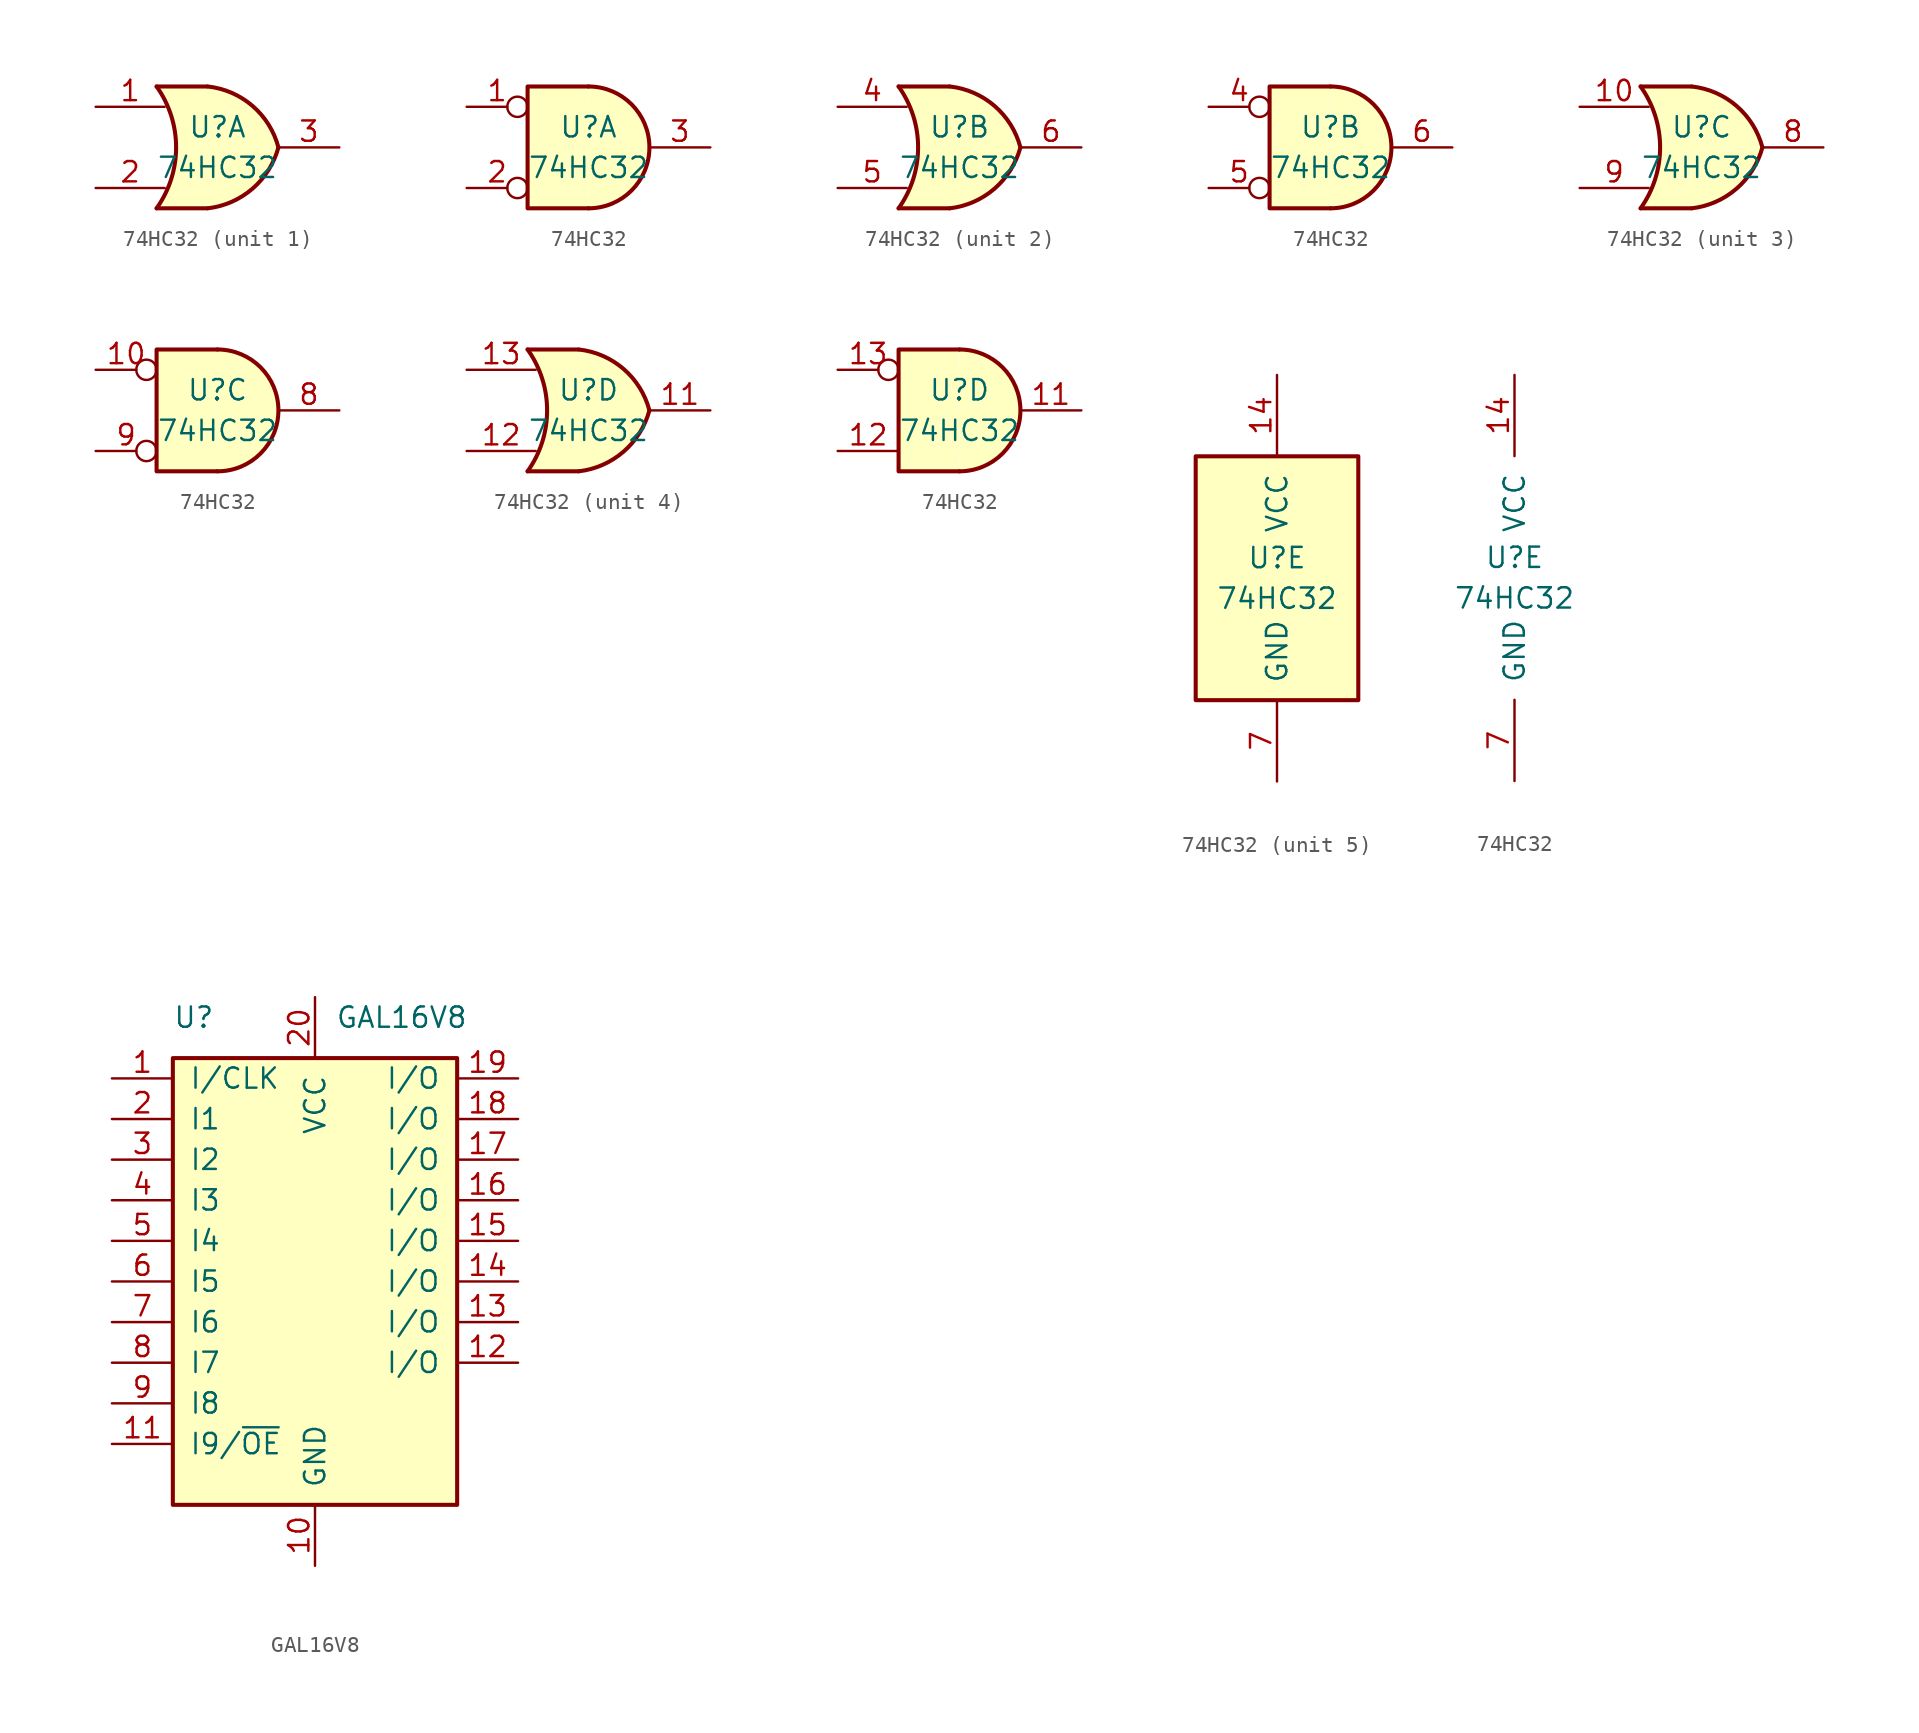
<source format=kicad_sym>
(kicad_symbol_lib
  (version 20241209)
  (generator "kicad_symbol_editor")
  (generator_version "9.0")
  (symbol "74HC32"
    (pin_names
      (offset 1.016))
    (property "Reference" "U"
      (at 0 1.27 0)
      (effects (font (size 1.27 1.27))))
    (property "Value" "74HC32"
      (at 0 -1.27 0)
      (effects (font (size 1.27 1.27))))
    (property "ki_locked" ""
      (at 0 0 0)
      (effects (font (size 1.27 1.27))))
    (symbol "74HC32_1_1"
      (arc (start -3.81 3.81) (mid -2.589 0) (end -3.81 -3.81) (stroke (width 0.254) (type default)) (fill (type none)))
      (polyline (pts (xy -3.81 3.81) (xy -0.635 3.81)) (stroke (width 0.254) (type default)) (fill (type background)))
      (polyline (pts (xy -3.81 -3.81) (xy -0.635 -3.81)) (stroke (width 0.254) (type default)) (fill (type background)))
      (arc (start 3.81 0) (mid 2.1855 -2.584) (end -0.6096 -3.81) (stroke (width 0.254) (type default)) (fill (type background)))
      (arc (start -0.6096 3.81) (mid 2.1928 2.5924) (end 3.81 0) (stroke (width 0.254) (type default)) (fill (type background)))
      (polyline (pts (xy -0.635 3.81) (xy -3.81 3.81) (xy -3.81 3.81) (xy -3.556 3.404) (xy -3.023 2.261) (xy -2.692 1.041) (xy -2.616 -0.254) (xy -2.769 -1.499) (xy -3.175 -2.718) (xy -3.81 -3.81) (xy -3.81 -3.81) (xy -0.635 -3.81)) (stroke (width -25.4) (type default)) (fill (type background)))
      (pin input line (at -7.62 2.54 0) (length 4.318) (name "~" (effects (font (size 1.27 1.27)))) (number "1" (effects (font (size 1.27 1.27)))))
      (pin input line (at -7.62 -2.54 0) (length 4.318) (name "~" (effects (font (size 1.27 1.27)))) (number "2" (effects (font (size 1.27 1.27)))))
      (pin output line (at 7.62 0 180) (length 3.81) (name "~" (effects (font (size 1.27 1.27)))) (number "3" (effects (font (size 1.27 1.27))))))
    (symbol "74HC32_1_2"
      (arc (start 0 3.81) (mid 3.7934 0) (end 0 -3.81) (stroke (width 0.254) (type default)) (fill (type background)))
      (polyline (pts (xy 0 3.81) (xy -3.81 3.81) (xy -3.81 -3.81) (xy 0 -3.81)) (stroke (width 0.254) (type default)) (fill (type background)))
      (pin input inverted (at -7.62 2.54 0) (length 3.81) (name "~" (effects (font (size 1.27 1.27)))) (number "1" (effects (font (size 1.27 1.27)))))
      (pin input inverted (at -7.62 -2.54 0) (length 3.81) (name "~" (effects (font (size 1.27 1.27)))) (number "2" (effects (font (size 1.27 1.27)))))
      (pin output line (at 7.62 0 180) (length 3.81) (name "~" (effects (font (size 1.27 1.27)))) (number "3" (effects (font (size 1.27 1.27))))))
    (symbol "74HC32_2_1"
      (arc (start -3.81 3.81) (mid -2.589 0) (end -3.81 -3.81) (stroke (width 0.254) (type default)) (fill (type none)))
      (polyline (pts (xy -3.81 3.81) (xy -0.635 3.81)) (stroke (width 0.254) (type default)) (fill (type background)))
      (polyline (pts (xy -3.81 -3.81) (xy -0.635 -3.81)) (stroke (width 0.254) (type default)) (fill (type background)))
      (arc (start 3.81 0) (mid 2.1855 -2.584) (end -0.6096 -3.81) (stroke (width 0.254) (type default)) (fill (type background)))
      (arc (start -0.6096 3.81) (mid 2.1928 2.5924) (end 3.81 0) (stroke (width 0.254) (type default)) (fill (type background)))
      (polyline (pts (xy -0.635 3.81) (xy -3.81 3.81) (xy -3.81 3.81) (xy -3.556 3.404) (xy -3.023 2.261) (xy -2.692 1.041) (xy -2.616 -0.254) (xy -2.769 -1.499) (xy -3.175 -2.718) (xy -3.81 -3.81) (xy -3.81 -3.81) (xy -0.635 -3.81)) (stroke (width -25.4) (type default)) (fill (type background)))
      (pin input line (at -7.62 2.54 0) (length 4.318) (name "~" (effects (font (size 1.27 1.27)))) (number "4" (effects (font (size 1.27 1.27)))))
      (pin input line (at -7.62 -2.54 0) (length 4.318) (name "~" (effects (font (size 1.27 1.27)))) (number "5" (effects (font (size 1.27 1.27)))))
      (pin output line (at 7.62 0 180) (length 3.81) (name "~" (effects (font (size 1.27 1.27)))) (number "6" (effects (font (size 1.27 1.27))))))
    (symbol "74HC32_2_2"
      (arc (start 0 3.81) (mid 3.7934 0) (end 0 -3.81) (stroke (width 0.254) (type default)) (fill (type background)))
      (polyline (pts (xy 0 3.81) (xy -3.81 3.81) (xy -3.81 -3.81) (xy 0 -3.81)) (stroke (width 0.254) (type default)) (fill (type background)))
      (pin input inverted (at -7.62 2.54 0) (length 3.81) (name "~" (effects (font (size 1.27 1.27)))) (number "4" (effects (font (size 1.27 1.27)))))
      (pin input inverted (at -7.62 -2.54 0) (length 3.81) (name "~" (effects (font (size 1.27 1.27)))) (number "5" (effects (font (size 1.27 1.27)))))
      (pin output line (at 7.62 0 180) (length 3.81) (name "~" (effects (font (size 1.27 1.27)))) (number "6" (effects (font (size 1.27 1.27))))))
    (symbol "74HC32_3_1"
      (arc (start -3.81 3.81) (mid -2.589 0) (end -3.81 -3.81) (stroke (width 0.254) (type default)) (fill (type none)))
      (polyline (pts (xy -3.81 3.81) (xy -0.635 3.81)) (stroke (width 0.254) (type default)) (fill (type background)))
      (polyline (pts (xy -3.81 -3.81) (xy -0.635 -3.81)) (stroke (width 0.254) (type default)) (fill (type background)))
      (arc (start 3.81 0) (mid 2.1855 -2.584) (end -0.6096 -3.81) (stroke (width 0.254) (type default)) (fill (type background)))
      (arc (start -0.6096 3.81) (mid 2.1928 2.5924) (end 3.81 0) (stroke (width 0.254) (type default)) (fill (type background)))
      (polyline (pts (xy -0.635 3.81) (xy -3.81 3.81) (xy -3.81 3.81) (xy -3.556 3.404) (xy -3.023 2.261) (xy -2.692 1.041) (xy -2.616 -0.254) (xy -2.769 -1.499) (xy -3.175 -2.718) (xy -3.81 -3.81) (xy -3.81 -3.81) (xy -0.635 -3.81)) (stroke (width -25.4) (type default)) (fill (type background)))
      (pin input line (at -7.62 2.54 0) (length 4.318) (name "~" (effects (font (size 1.27 1.27)))) (number "10" (effects (font (size 1.27 1.27)))))
      (pin input line (at -7.62 -2.54 0) (length 4.318) (name "~" (effects (font (size 1.27 1.27)))) (number "9" (effects (font (size 1.27 1.27)))))
      (pin output line (at 7.62 0 180) (length 3.81) (name "~" (effects (font (size 1.27 1.27)))) (number "8" (effects (font (size 1.27 1.27))))))
    (symbol "74HC32_3_2"
      (arc (start 0 3.81) (mid 3.7934 0) (end 0 -3.81) (stroke (width 0.254) (type default)) (fill (type background)))
      (polyline (pts (xy 0 3.81) (xy -3.81 3.81) (xy -3.81 -3.81) (xy 0 -3.81)) (stroke (width 0.254) (type default)) (fill (type background)))
      (pin input inverted (at -7.62 2.54 0) (length 3.81) (name "~" (effects (font (size 1.27 1.27)))) (number "10" (effects (font (size 1.27 1.27)))))
      (pin input inverted (at -7.62 -2.54 0) (length 3.81) (name "~" (effects (font (size 1.27 1.27)))) (number "9" (effects (font (size 1.27 1.27)))))
      (pin output line (at 7.62 0 180) (length 3.81) (name "~" (effects (font (size 1.27 1.27)))) (number "8" (effects (font (size 1.27 1.27))))))
    (symbol "74HC32_4_1"
      (arc (start -3.81 3.81) (mid -2.589 0) (end -3.81 -3.81) (stroke (width 0.254) (type default)) (fill (type none)))
      (polyline (pts (xy -3.81 3.81) (xy -0.635 3.81)) (stroke (width 0.254) (type default)) (fill (type background)))
      (polyline (pts (xy -3.81 -3.81) (xy -0.635 -3.81)) (stroke (width 0.254) (type default)) (fill (type background)))
      (arc (start 3.81 0) (mid 2.1855 -2.584) (end -0.6096 -3.81) (stroke (width 0.254) (type default)) (fill (type background)))
      (arc (start -0.6096 3.81) (mid 2.1928 2.5924) (end 3.81 0) (stroke (width 0.254) (type default)) (fill (type background)))
      (polyline (pts (xy -0.635 3.81) (xy -3.81 3.81) (xy -3.81 3.81) (xy -3.556 3.404) (xy -3.023 2.261) (xy -2.692 1.041) (xy -2.616 -0.254) (xy -2.769 -1.499) (xy -3.175 -2.718) (xy -3.81 -3.81) (xy -3.81 -3.81) (xy -0.635 -3.81)) (stroke (width -25.4) (type default)) (fill (type background)))
      (pin input line (at -7.62 2.54 0) (length 4.318) (name "~" (effects (font (size 1.27 1.27)))) (number "13" (effects (font (size 1.27 1.27)))))
      (pin input line (at -7.62 -2.54 0) (length 4.318) (name "~" (effects (font (size 1.27 1.27)))) (number "12" (effects (font (size 1.27 1.27)))))
      (pin output line (at 7.62 0 180) (length 3.81) (name "~" (effects (font (size 1.27 1.27)))) (number "11" (effects (font (size 1.27 1.27))))))
    (symbol "74HC32_4_2"
      (arc (start 0 3.81) (mid 3.7934 0) (end 0 -3.81) (stroke (width 0.254) (type default)) (fill (type background)))
      (polyline (pts (xy 0 3.81) (xy -3.81 3.81) (xy -3.81 -3.81) (xy 0 -3.81)) (stroke (width 0.254) (type default)) (fill (type background)))
      (pin input inverted (at -7.62 2.54 0) (length 3.81) (name "~" (effects (font (size 1.27 1.27)))) (number "13" (effects (font (size 1.27 1.27)))))
      (pin input line (at -7.62 -2.54 0) (length 3.81) (name "~" (effects (font (size 1.27 1.27)))) (number "12" (effects (font (size 1.27 1.27)))))
      (pin output line (at 7.62 0 180) (length 3.81) (name "~" (effects (font (size 1.27 1.27)))) (number "11" (effects (font (size 1.27 1.27))))))
    (symbol "74HC32_5_0"
      (pin power_in line (at 0 12.7 270) (length 5.08) (name "VCC" (effects (font (size 1.27 1.27)))) (number "14" (effects (font (size 1.27 1.27)))))
      (pin power_in line (at 0 -12.7 90) (length 5.08) (name "GND" (effects (font (size 1.27 1.27)))) (number "7" (effects (font (size 1.27 1.27))))))
    (symbol "74HC32_5_1"
      (rectangle (start -5.08 7.62) (end 5.08 -7.62) (stroke (width 0.254) (type default)) (fill (type background)))))
  (symbol "GAL16V8"
    (pin_names
      (offset 1.016))
    (property "Reference" "U"
      (at -8.89 16.51 0)
      (effects (font (size 1.27 1.27)) (justify left)))
    (property "Value" "GAL16V8"
      (at 1.27 16.51 0)
      (effects (font (size 1.27 1.27)) (justify left)))
    (symbol "GAL16V8_0_0"
      (pin power_in line (at 0 17.78 270) (length 3.81) (name "VCC" (effects (font (size 1.27 1.27)))) (number "20" (effects (font (size 1.27 1.27)))))
      (pin power_in line (at 0 -17.78 90) (length 3.81) (name "GND" (effects (font (size 1.27 1.27)))) (number "10" (effects (font (size 1.27 1.27))))))
    (symbol "GAL16V8_0_1"
      (rectangle (start -8.89 13.97) (end 8.89 -13.97) (stroke (width 0.254) (type default)) (fill (type background))))
    (symbol "GAL16V8_1_1"
      (pin input line (at -12.7 12.7 0) (length 3.81) (name "I/CLK" (effects (font (size 1.27 1.27)))) (number "1" (effects (font (size 1.27 1.27)))))
      (pin input line (at -12.7 10.16 0) (length 3.81) (name "I1" (effects (font (size 1.27 1.27)))) (number "2" (effects (font (size 1.27 1.27)))))
      (pin input line (at -12.7 7.62 0) (length 3.81) (name "I2" (effects (font (size 1.27 1.27)))) (number "3" (effects (font (size 1.27 1.27)))))
      (pin input line (at -12.7 5.08 0) (length 3.81) (name "I3" (effects (font (size 1.27 1.27)))) (number "4" (effects (font (size 1.27 1.27)))))
      (pin input line (at -12.7 2.54 0) (length 3.81) (name "I4" (effects (font (size 1.27 1.27)))) (number "5" (effects (font (size 1.27 1.27)))))
      (pin input line (at -12.7 0 0) (length 3.81) (name "I5" (effects (font (size 1.27 1.27)))) (number "6" (effects (font (size 1.27 1.27)))))
      (pin input line (at -12.7 -2.54 0) (length 3.81) (name "I6" (effects (font (size 1.27 1.27)))) (number "7" (effects (font (size 1.27 1.27)))))
      (pin input line (at -12.7 -5.08 0) (length 3.81) (name "I7" (effects (font (size 1.27 1.27)))) (number "8" (effects (font (size 1.27 1.27)))))
      (pin input line (at -12.7 -7.62 0) (length 3.81) (name "I8" (effects (font (size 1.27 1.27)))) (number "9" (effects (font (size 1.27 1.27)))))
      (pin input line (at -12.7 -10.16 0) (length 3.81) (name "I9/~{OE}" (effects (font (size 1.27 1.27)))) (number "11" (effects (font (size 1.27 1.27)))))
      (pin tri_state line (at 12.7 12.7 180) (length 3.81) (name "I/O" (effects (font (size 1.27 1.27)))) (number "19" (effects (font (size 1.27 1.27)))))
      (pin tri_state line (at 12.7 10.16 180) (length 3.81) (name "I/O" (effects (font (size 1.27 1.27)))) (number "18" (effects (font (size 1.27 1.27)))))
      (pin tri_state line (at 12.7 7.62 180) (length 3.81) (name "I/O" (effects (font (size 1.27 1.27)))) (number "17" (effects (font (size 1.27 1.27)))))
      (pin tri_state line (at 12.7 5.08 180) (length 3.81) (name "I/O" (effects (font (size 1.27 1.27)))) (number "16" (effects (font (size 1.27 1.27)))))
      (pin tri_state line (at 12.7 2.54 180) (length 3.81) (name "I/O" (effects (font (size 1.27 1.27)))) (number "15" (effects (font (size 1.27 1.27)))))
      (pin tri_state line (at 12.7 0 180) (length 3.81) (name "I/O" (effects (font (size 1.27 1.27)))) (number "14" (effects (font (size 1.27 1.27)))))
      (pin tri_state line (at 12.7 -2.54 180) (length 3.81) (name "I/O" (effects (font (size 1.27 1.27)))) (number "13" (effects (font (size 1.27 1.27)))))
      (pin tri_state line (at 12.7 -5.08 180) (length 3.81) (name "I/O" (effects (font (size 1.27 1.27)))) (number "12" (effects (font (size 1.27 1.27))))))))
</source>
